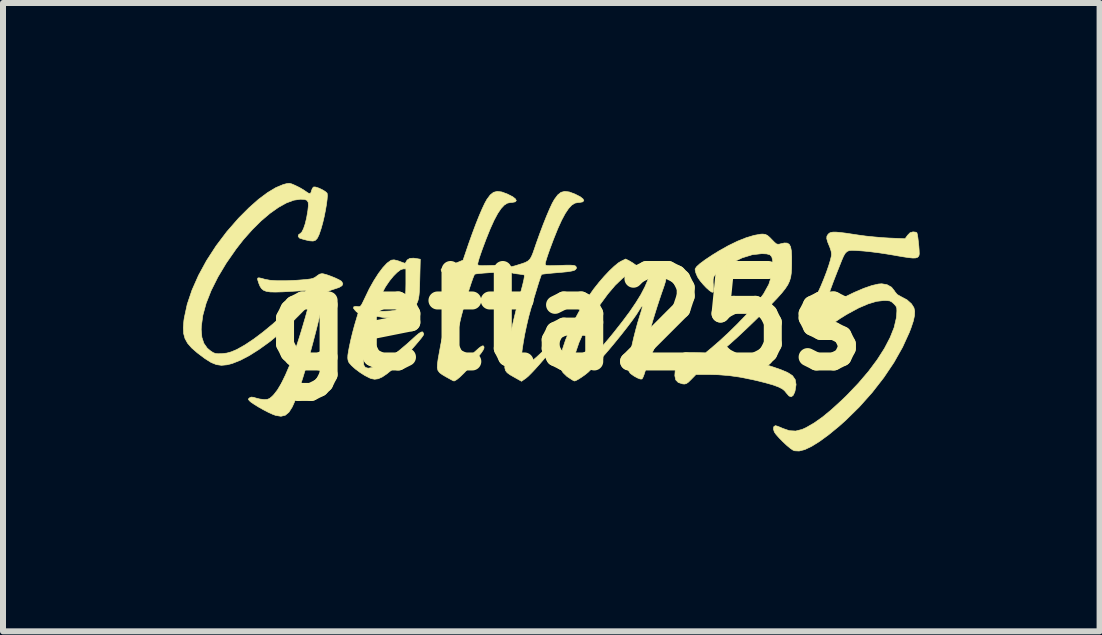
<source format=kicad_pcb>
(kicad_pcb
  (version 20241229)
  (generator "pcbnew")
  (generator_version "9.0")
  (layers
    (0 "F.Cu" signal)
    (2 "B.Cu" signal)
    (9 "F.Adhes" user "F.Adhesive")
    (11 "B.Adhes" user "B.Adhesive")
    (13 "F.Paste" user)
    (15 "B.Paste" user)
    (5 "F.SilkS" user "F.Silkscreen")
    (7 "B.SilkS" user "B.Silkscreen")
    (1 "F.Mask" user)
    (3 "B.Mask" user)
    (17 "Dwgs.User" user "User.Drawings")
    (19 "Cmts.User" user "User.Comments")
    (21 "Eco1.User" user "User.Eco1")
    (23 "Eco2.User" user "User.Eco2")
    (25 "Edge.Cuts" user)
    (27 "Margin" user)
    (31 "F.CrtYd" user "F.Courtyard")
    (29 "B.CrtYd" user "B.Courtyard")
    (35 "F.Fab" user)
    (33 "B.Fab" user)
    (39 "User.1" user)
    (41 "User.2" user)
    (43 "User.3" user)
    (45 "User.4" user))
  (footprint "getta25s"
    (layer "F.Cu")
    (at 6.381 2.284)
    (property "Reference" "getta25s" (at 0 0 0) (layer "F.SilkS") (effects (font (size 1.524 1.524) (thickness 0.3))))
    (attr through_hole)
    (fp_poly (pts (xy -2.49 -1.025) (xy -2.427 -1.014) (xy -2.435 -0.693) (xy -2.438 -0.572) (xy -2.442 -0.482) (xy -2.448 -0.415) (xy -2.456 -0.364) (xy -2.466 -0.324) (xy -2.48 -0.288) (xy -2.481 -0.286) (xy -2.546 -0.18) (xy -2.634 -0.102) (xy -2.743 -0.053) (xy -2.875 -0.033) (xy -3.027 -0.041) (xy -3.063 -0.047) (xy -3.139 -0.06) (xy -3.187 -0.065) (xy -3.216 -0.063) (xy -3.233 -0.054) (xy -3.242 -0.044) (xy -3.264 0.003) (xy -3.288 0.078) (xy -3.311 0.174) (xy -3.332 0.283) (xy -3.35 0.397) (xy -3.364 0.509) (xy -3.372 0.61) (xy -3.374 0.694) (xy -3.368 0.751) (xy -3.343 0.789) (xy -3.295 0.802) (xy -3.227 0.79) (xy -3.141 0.754) (xy -3.038 0.697) (xy -2.921 0.618) (xy -2.791 0.518) (xy -2.651 0.4) (xy -2.57 0.327) (xy -2.5 0.263) (xy -2.45 0.222) (xy -2.416 0.201) (xy -2.395 0.196) (xy -2.385 0.2) (xy -2.369 0.231) (xy -2.376 0.251) (xy -2.402 0.289) (xy -2.448 0.346) (xy -2.509 0.418) (xy -2.58 0.498) (xy -2.655 0.581) (xy -2.73 0.662) (xy -2.799 0.733) (xy -2.857 0.79) (xy -2.886 0.816) (xy -2.983 0.895) (xy -3.061 0.948) (xy -3.128 0.978) (xy -3.188 0.986) (xy -3.246 0.975) (xy -3.275 0.963) (xy -3.353 0.923) (xy -3.434 0.871) (xy -3.509 0.815) (xy -3.571 0.76) (xy -3.612 0.713) (xy -3.622 0.696) (xy -3.632 0.665) (xy -3.636 0.631) (xy -3.634 0.585) (xy -3.624 0.52) (xy -3.61 0.446) (xy -3.587 0.338) (xy -3.558 0.218) (xy -3.528 0.105) (xy -3.518 0.07) (xy -3.463 -0.115) (xy -3.501 -0.15) (xy -3.193 -0.15) (xy -3.176 -0.147) (xy -3.131 -0.146) (xy -3.065 -0.147) (xy -3.013 -0.148) (xy -2.924 -0.152) (xy -2.862 -0.16) (xy -2.819 -0.171) (xy -2.787 -0.188) (xy -2.782 -0.192) (xy -2.739 -0.228) (xy -2.708 -0.27) (xy -2.687 -0.323) (xy -2.675 -0.395) (xy -2.669 -0.49) (xy -2.667 -0.603) (xy -2.667 -0.853) (xy -2.714 -0.853) (xy -2.757 -0.838) (xy -2.812 -0.796) (xy -2.874 -0.734) (xy -2.938 -0.656) (xy -2.999 -0.567) (xy -3.011 -0.548) (xy -3.041 -0.492) (xy -3.077 -0.423) (xy -3.113 -0.347) (xy -3.146 -0.273) (xy -3.173 -0.21) (xy -3.19 -0.165) (xy -3.193 -0.15) (xy -3.501 -0.15) (xy -3.511 -0.16) (xy -3.54 -0.197) (xy -3.536 -0.221) (xy -3.501 -0.229) (xy -3.466 -0.225) (xy -3.444 -0.223) (xy -3.425 -0.232) (xy -3.405 -0.257) (xy -3.381 -0.304) (xy -3.347 -0.375) (xy -3.276 -0.523) (xy -3.2 -0.658) (xy -3.124 -0.777) (xy -3.05 -0.875) (xy -2.981 -0.949) (xy -2.92 -0.993) (xy -2.907 -0.999) (xy -2.864 -1.004) (xy -2.802 -0.989) (xy -2.773 -0.979) (xy -2.722 -0.959) (xy -2.687 -0.948) (xy -2.678 -0.947) (xy -2.646 -1.001) (xy -2.602 -1.028) (xy -2.539 -1.032) (xy -2.49 -1.025)) (stroke (width 0.01) (type solid)) (fill yes) (layer "F.SilkS"))
    (fp_poly (pts (xy 3.322 -1.428) (xy 3.359 -1.41) (xy 3.402 -1.372) (xy 3.43 -1.343) (xy 3.476 -1.296) (xy 3.507 -1.27) (xy 3.534 -1.263) (xy 3.565 -1.267) (xy 3.576 -1.271) (xy 3.64 -1.285) (xy 3.687 -1.283) (xy 3.721 -1.263) (xy 3.744 -1.22) (xy 3.757 -1.151) (xy 3.762 -1.053) (xy 3.762 -0.947) (xy 3.76 -0.857) (xy 3.755 -0.781) (xy 3.745 -0.713) (xy 3.726 -0.65) (xy 3.697 -0.588) (xy 3.654 -0.523) (xy 3.596 -0.45) (xy 3.521 -0.366) (xy 3.425 -0.266) (xy 3.306 -0.147) (xy 3.259 -0.1) (xy 3.152 0.006) (xy 3.043 0.111) (xy 2.938 0.21) (xy 2.843 0.299) (xy 2.762 0.371) (xy 2.702 0.424) (xy 2.7 0.425) (xy 2.634 0.481) (xy 2.58 0.528) (xy 2.544 0.563) (xy 2.531 0.581) (xy 2.531 0.581) (xy 2.552 0.588) (xy 2.599 0.596) (xy 2.664 0.604) (xy 2.678 0.605) (xy 2.805 0.621) (xy 2.955 0.649) (xy 3.117 0.687) (xy 3.283 0.73) (xy 3.441 0.778) (xy 3.583 0.827) (xy 3.696 0.875) (xy 3.775 0.926) (xy 3.821 0.992) (xy 3.835 1.075) (xy 3.819 1.176) (xy 3.812 1.202) (xy 3.785 1.257) (xy 3.753 1.278) (xy 3.718 1.265) (xy 3.709 1.256) (xy 3.678 1.22) (xy 3.642 1.176) (xy 3.642 1.176) (xy 3.603 1.145) (xy 3.539 1.113) (xy 3.446 1.079) (xy 3.322 1.044) (xy 3.164 1.005) (xy 3.102 0.991) (xy 2.902 0.951) (xy 2.72 0.925) (xy 2.541 0.911) (xy 2.376 0.907) (xy 2.167 0.907) (xy 2.086 0.99) (xy 2.039 1.036) (xy 2.005 1.059) (xy 1.973 1.066) (xy 1.944 1.063) (xy 1.872 1.04) (xy 1.83 0.997) (xy 1.815 0.929) (xy 1.815 0.918) (xy 1.822 0.825) (xy 1.842 0.732) (xy 1.87 0.651) (xy 1.904 0.592) (xy 1.912 0.584) (xy 1.935 0.563) (xy 1.959 0.549) (xy 1.992 0.542) (xy 2.042 0.54) (xy 2.118 0.541) (xy 2.143 0.541) (xy 2.327 0.546) (xy 2.42 0.469) (xy 2.563 0.345) (xy 2.708 0.211) (xy 2.851 0.071) (xy 2.986 -0.069) (xy 3.108 -0.204) (xy 3.212 -0.328) (xy 3.293 -0.436) (xy 3.296 -0.441) (xy 3.381 -0.595) (xy 3.431 -0.753) (xy 3.447 -0.913) (xy 3.444 -0.999) (xy 3.43 -1.055) (xy 3.399 -1.088) (xy 3.346 -1.103) (xy 3.265 -1.107) (xy 3.263 -1.107) (xy 3.104 -1.089) (xy 2.936 -1.037) (xy 2.759 -0.951) (xy 2.631 -0.87) (xy 2.551 -0.814) (xy 2.498 -0.769) (xy 2.467 -0.728) (xy 2.454 -0.683) (xy 2.453 -0.627) (xy 2.456 -0.592) (xy 2.46 -0.52) (xy 2.456 -0.475) (xy 2.45 -0.463) (xy 2.426 -0.468) (xy 2.387 -0.496) (xy 2.339 -0.539) (xy 2.288 -0.593) (xy 2.24 -0.65) (xy 2.202 -0.704) (xy 2.189 -0.728) (xy 2.165 -0.786) (xy 2.153 -0.836) (xy 2.154 -0.854) (xy 2.178 -0.89) (xy 2.234 -0.941) (xy 2.322 -1.006) (xy 2.441 -1.085) (xy 2.551 -1.153) (xy 2.706 -1.24) (xy 2.86 -1.315) (xy 3.005 -1.373) (xy 3.136 -1.412) (xy 3.248 -1.432) (xy 3.282 -1.433) (xy 3.322 -1.428)) (stroke (width 0.01) (type solid)) (fill yes) (layer "F.SilkS"))
    (fp_poly (pts (xy 1.065 -0.982) (xy 1.116 -0.951) (xy 1.177 -0.907) (xy 1.238 -0.859) (xy 1.29 -0.813) (xy 1.325 -0.777) (xy 1.33 -0.769) (xy 1.332 -0.744) (xy 1.308 -0.732) (xy 1.264 -0.737) (xy 1.245 -0.743) (xy 1.196 -0.755) (xy 1.132 -0.761) (xy 1.107 -0.762) (xy 1.049 -0.758) (xy 1.005 -0.743) (xy 0.957 -0.708) (xy 0.94 -0.694) (xy 0.82 -0.579) (xy 0.697 -0.434) (xy 0.568 -0.258) (xy 0.522 -0.191) (xy 0.398 0.008) (xy 0.296 0.198) (xy 0.217 0.376) (xy 0.162 0.537) (xy 0.133 0.679) (xy 0.132 0.694) (xy 0.127 0.753) (xy 0.129 0.784) (xy 0.141 0.796) (xy 0.166 0.798) (xy 0.171 0.798) (xy 0.223 0.79) (xy 0.271 0.772) (xy 0.311 0.743) (xy 0.37 0.689) (xy 0.443 0.615) (xy 0.528 0.523) (xy 0.621 0.419) (xy 0.717 0.306) (xy 0.796 0.209) (xy 0.943 0.022) (xy 1.066 -0.143) (xy 1.167 -0.292) (xy 1.25 -0.427) (xy 1.316 -0.554) (xy 1.368 -0.675) (xy 1.38 -0.709) (xy 1.412 -0.792) (xy 1.438 -0.843) (xy 1.466 -0.866) (xy 1.499 -0.864) (xy 1.543 -0.839) (xy 1.571 -0.819) (xy 1.616 -0.786) (xy 1.647 -0.759) (xy 1.665 -0.731) (xy 1.669 -0.696) (xy 1.66 -0.647) (xy 1.639 -0.578) (xy 1.606 -0.483) (xy 1.595 -0.452) (xy 1.558 -0.342) (xy 1.519 -0.223) (xy 1.481 -0.101) (xy 1.445 0.017) (xy 1.414 0.127) (xy 1.388 0.222) (xy 1.37 0.296) (xy 1.361 0.343) (xy 1.361 0.351) (xy 1.365 0.365) (xy 1.382 0.359) (xy 1.415 0.333) (xy 1.468 0.283) (xy 1.478 0.272) (xy 1.545 0.211) (xy 1.59 0.178) (xy 1.615 0.173) (xy 1.618 0.195) (xy 1.598 0.244) (xy 1.566 0.3) (xy 1.489 0.437) (xy 1.419 0.584) (xy 1.361 0.726) (xy 1.326 0.833) (xy 1.305 0.9) (xy 1.285 0.952) (xy 1.269 0.98) (xy 1.266 0.982) (xy 1.237 0.982) (xy 1.191 0.964) (xy 1.136 0.934) (xy 1.084 0.897) (xy 1.07 0.885) (xy 1.043 0.842) (xy 1.034 0.8) (xy 1.039 0.739) (xy 1.053 0.652) (xy 1.074 0.543) (xy 1.1 0.421) (xy 1.13 0.291) (xy 1.163 0.162) (xy 1.196 0.041) (xy 1.229 -0.067) (xy 1.241 -0.104) (xy 1.264 -0.178) (xy 1.273 -0.221) (xy 1.268 -0.232) (xy 1.249 -0.211) (xy 1.222 -0.168) (xy 1.175 -0.093) (xy 1.107 0.003) (xy 1.023 0.115) (xy 0.928 0.236) (xy 0.826 0.362) (xy 0.722 0.487) (xy 0.62 0.605) (xy 0.525 0.712) (xy 0.441 0.8) (xy 0.373 0.866) (xy 0.368 0.871) (xy 0.318 0.911) (xy 0.26 0.952) (xy 0.205 0.987) (xy 0.162 1.01) (xy 0.141 1.015) (xy 0.123 1.007) (xy 0.1 0.994) (xy 0.016 0.938) (xy -0.048 0.876) (xy -0.086 0.816) (xy -0.089 0.805) (xy -0.098 0.719) (xy -0.086 0.608) (xy -0.055 0.478) (xy -0.007 0.333) (xy 0.058 0.176) (xy 0.135 0.012) (xy 0.225 -0.154) (xy 0.326 -0.319) (xy 0.435 -0.478) (xy 0.465 -0.52) (xy 0.549 -0.626) (xy 0.637 -0.728) (xy 0.724 -0.82) (xy 0.804 -0.896) (xy 0.873 -0.953) (xy 0.916 -0.979) (xy 0.995 -1.018) (xy 1.065 -0.982)) (stroke (width 0.01) (type solid)) (fill yes) (layer "F.SilkS"))
    (fp_poly (pts (xy 5.828 -1.465) (xy 5.848 -1.456) (xy 5.856 -1.428) (xy 5.865 -1.374) (xy 5.873 -1.305) (xy 5.881 -1.231) (xy 5.886 -1.162) (xy 5.888 -1.108) (xy 5.885 -1.081) (xy 5.873 -1.058) (xy 5.854 -1.043) (xy 5.824 -1.035) (xy 5.778 -1.034) (xy 5.71 -1.041) (xy 5.618 -1.055) (xy 5.495 -1.076) (xy 5.469 -1.081) (xy 5.342 -1.102) (xy 5.21 -1.122) (xy 5.082 -1.138) (xy 4.97 -1.15) (xy 4.905 -1.155) (xy 4.826 -1.16) (xy 4.766 -1.162) (xy 4.72 -1.158) (xy 4.685 -1.143) (xy 4.655 -1.114) (xy 4.627 -1.067) (xy 4.597 -0.998) (xy 4.559 -0.902) (xy 4.521 -0.807) (xy 4.457 -0.643) (xy 4.408 -0.51) (xy 4.372 -0.407) (xy 4.351 -0.332) (xy 4.341 -0.283) (xy 4.343 -0.262) (xy 4.354 -0.256) (xy 4.379 -0.26) (xy 4.424 -0.277) (xy 4.491 -0.308) (xy 4.585 -0.354) (xy 4.618 -0.371) (xy 4.802 -0.46) (xy 4.963 -0.529) (xy 5.099 -0.576) (xy 5.208 -0.601) (xy 5.263 -0.605) (xy 5.351 -0.59) (xy 5.426 -0.548) (xy 5.477 -0.483) (xy 5.481 -0.475) (xy 5.521 -0.426) (xy 5.583 -0.391) (xy 5.683 -0.338) (xy 5.758 -0.271) (xy 5.799 -0.206) (xy 5.812 -0.149) (xy 5.809 -0.076) (xy 5.789 0.016) (xy 5.75 0.133) (xy 5.722 0.206) (xy 5.609 0.453) (xy 5.466 0.706) (xy 5.296 0.959) (xy 5.102 1.208) (xy 4.889 1.447) (xy 4.661 1.671) (xy 4.551 1.769) (xy 4.379 1.91) (xy 4.226 2.022) (xy 4.094 2.104) (xy 3.981 2.158) (xy 3.886 2.182) (xy 3.81 2.178) (xy 3.783 2.167) (xy 3.739 2.137) (xy 3.68 2.088) (xy 3.616 2.028) (xy 3.555 1.966) (xy 3.504 1.909) (xy 3.474 1.867) (xy 3.473 1.865) (xy 3.458 1.817) (xy 3.463 1.778) (xy 3.488 1.76) (xy 3.493 1.76) (xy 3.521 1.767) (xy 3.57 1.786) (xy 3.613 1.805) (xy 3.723 1.843) (xy 3.829 1.849) (xy 3.936 1.822) (xy 4.004 1.791) (xy 4.137 1.714) (xy 4.277 1.615) (xy 4.427 1.491) (xy 4.591 1.341) (xy 4.683 1.252) (xy 4.873 1.053) (xy 5.042 0.855) (xy 5.187 0.661) (xy 5.308 0.472) (xy 5.402 0.292) (xy 5.469 0.124) (xy 5.505 -0.031) (xy 5.511 -0.085) (xy 5.515 -0.154) (xy 5.513 -0.198) (xy 5.502 -0.228) (xy 5.48 -0.255) (xy 5.465 -0.271) (xy 5.43 -0.302) (xy 5.397 -0.319) (xy 5.351 -0.325) (xy 5.295 -0.326) (xy 5.175 -0.312) (xy 5.036 -0.27) (xy 4.879 -0.203) (xy 4.707 -0.11) (xy 4.67 -0.089) (xy 4.573 -0.029) (xy 4.5 0.021) (xy 4.444 0.066) (xy 4.398 0.113) (xy 4.356 0.163) (xy 4.321 0.209) (xy 4.275 0.166) (xy 4.237 0.12) (xy 4.195 0.054) (xy 4.155 -0.022) (xy 4.122 -0.096) (xy 4.101 -0.158) (xy 4.097 -0.188) (xy 4.105 -0.226) (xy 4.126 -0.288) (xy 4.157 -0.365) (xy 4.196 -0.45) (xy 4.199 -0.457) (xy 4.249 -0.567) (xy 4.297 -0.683) (xy 4.341 -0.797) (xy 4.378 -0.904) (xy 4.406 -0.996) (xy 4.423 -1.066) (xy 4.426 -1.1) (xy 4.419 -1.15) (xy 4.399 -1.21) (xy 4.393 -1.225) (xy 4.361 -1.303) (xy 4.346 -1.358) (xy 4.349 -1.398) (xy 4.369 -1.43) (xy 4.374 -1.435) (xy 4.393 -1.451) (xy 4.418 -1.461) (xy 4.452 -1.466) (xy 4.501 -1.466) (xy 4.569 -1.46) (xy 4.661 -1.449) (xy 4.78 -1.431) (xy 4.88 -1.416) (xy 4.998 -1.4) (xy 5.135 -1.386) (xy 5.273 -1.374) (xy 5.388 -1.367) (xy 5.652 -1.356) (xy 5.693 -1.413) (xy 5.735 -1.456) (xy 5.783 -1.47) (xy 5.787 -1.47) (xy 5.828 -1.465)) (stroke (width 0.01) (type solid)) (fill yes) (layer "F.SilkS"))
    (fp_poly (pts (xy -4.572 -2.27) (xy -4.518 -2.247) (xy -4.505 -2.241) (xy -4.438 -2.208) (xy -4.375 -2.171) (xy -4.343 -2.149) (xy -4.294 -2.116) (xy -4.264 -2.108) (xy -4.248 -2.127) (xy -4.24 -2.157) (xy -4.224 -2.198) (xy -4.203 -2.219) (xy -4.17 -2.217) (xy -4.119 -2.2) (xy -4.063 -2.174) (xy -4.014 -2.145) (xy -3.983 -2.118) (xy -3.979 -2.112) (xy -3.975 -2.074) (xy -3.98 -2.01) (xy -3.991 -1.925) (xy -4.008 -1.827) (xy -4.028 -1.725) (xy -4.052 -1.624) (xy -4.077 -1.534) (xy -4.082 -1.518) (xy -4.113 -1.426) (xy -4.142 -1.365) (xy -4.174 -1.33) (xy -4.214 -1.317) (xy -4.269 -1.321) (xy -4.322 -1.332) (xy -4.38 -1.347) (xy -4.425 -1.361) (xy -4.442 -1.368) (xy -4.462 -1.396) (xy -4.453 -1.426) (xy -4.427 -1.442) (xy -4.401 -1.467) (xy -4.373 -1.523) (xy -4.346 -1.602) (xy -4.322 -1.7) (xy -4.303 -1.81) (xy -4.301 -1.822) (xy -4.292 -1.907) (xy -4.295 -1.962) (xy -4.315 -1.995) (xy -4.354 -2.01) (xy -4.418 -2.014) (xy -4.423 -2.014) (xy -4.535 -1.998) (xy -4.659 -1.952) (xy -4.793 -1.877) (xy -4.934 -1.777) (xy -5.08 -1.653) (xy -5.227 -1.507) (xy -5.373 -1.343) (xy -5.496 -1.186) (xy -5.661 -0.949) (xy -5.8 -0.717) (xy -5.912 -0.493) (xy -5.996 -0.28) (xy -6.051 -0.079) (xy -6.076 0.106) (xy -6.078 0.16) (xy -6.067 0.286) (xy -6.034 0.387) (xy -5.977 0.468) (xy -5.926 0.511) (xy -5.881 0.541) (xy -5.843 0.556) (xy -5.796 0.561) (xy -5.731 0.559) (xy -5.652 0.55) (xy -5.579 0.53) (xy -5.495 0.495) (xy -5.473 0.484) (xy -5.346 0.412) (xy -5.202 0.316) (xy -5.048 0.2) (xy -4.889 0.069) (xy -4.732 -0.072) (xy -4.581 -0.219) (xy -4.442 -0.366) (xy -4.439 -0.369) (xy -4.329 -0.494) (xy -4.582 -0.478) (xy -4.727 -0.47) (xy -4.841 -0.467) (xy -4.928 -0.469) (xy -4.993 -0.479) (xy -5.039 -0.497) (xy -5.073 -0.525) (xy -5.098 -0.564) (xy -5.119 -0.615) (xy -5.123 -0.628) (xy -5.138 -0.674) (xy -5.137 -0.699) (xy -5.118 -0.705) (xy -5.073 -0.696) (xy -5.018 -0.68) (xy -4.933 -0.664) (xy -4.814 -0.656) (xy -4.663 -0.656) (xy -4.482 -0.664) (xy -4.405 -0.67) (xy -4.316 -0.678) (xy -4.254 -0.686) (xy -4.212 -0.697) (xy -4.18 -0.713) (xy -4.153 -0.733) (xy -4.107 -0.765) (xy -4.066 -0.774) (xy -4.039 -0.77) (xy -3.981 -0.754) (xy -3.912 -0.729) (xy -3.843 -0.701) (xy -3.784 -0.673) (xy -3.745 -0.65) (xy -3.737 -0.643) (xy -3.718 -0.605) (xy -3.732 -0.573) (xy -3.78 -0.544) (xy -3.846 -0.522) (xy -3.914 -0.5) (xy -3.968 -0.474) (xy -3.995 -0.454) (xy -4.011 -0.421) (xy -4.032 -0.361) (xy -4.053 -0.287) (xy -4.064 -0.24) (xy -4.111 -0.038) (xy -4.162 0.168) (xy -4.216 0.375) (xy -4.271 0.578) (xy -4.327 0.772) (xy -4.382 0.953) (xy -4.434 1.116) (xy -4.483 1.256) (xy -4.526 1.37) (xy -4.562 1.45) (xy -4.616 1.535) (xy -4.677 1.586) (xy -4.749 1.603) (xy -4.836 1.589) (xy -4.885 1.571) (xy -4.956 1.539) (xy -5.037 1.497) (xy -5.119 1.451) (xy -5.192 1.406) (xy -5.248 1.368) (xy -5.271 1.348) (xy -5.292 1.323) (xy -5.285 1.306) (xy -5.271 1.295) (xy -5.243 1.283) (xy -5.205 1.287) (xy -5.167 1.299) (xy -5.099 1.316) (xy -5.029 1.324) (xy -5.02 1.324) (xy -4.975 1.321) (xy -4.937 1.305) (xy -4.896 1.271) (xy -4.868 1.242) (xy -4.808 1.165) (xy -4.742 1.055) (xy -4.674 0.915) (xy -4.603 0.75) (xy -4.533 0.562) (xy -4.518 0.517) (xy -4.483 0.413) (xy -4.447 0.301) (xy -4.411 0.186) (xy -4.378 0.075) (xy -4.348 -0.027) (xy -4.324 -0.112) (xy -4.307 -0.177) (xy -4.3 -0.214) (xy -4.3 -0.218) (xy -4.311 -0.213) (xy -4.343 -0.187) (xy -4.389 -0.142) (xy -4.446 -0.084) (xy -4.448 -0.082) (xy -4.61 0.08) (xy -4.778 0.232) (xy -4.948 0.369) (xy -5.115 0.489) (xy -5.276 0.591) (xy -5.427 0.67) (xy -5.563 0.724) (xy -5.646 0.745) (xy -5.74 0.754) (xy -5.825 0.742) (xy -5.912 0.707) (xy -6.009 0.646) (xy -6.021 0.638) (xy -6.144 0.545) (xy -6.238 0.463) (xy -6.305 0.386) (xy -6.348 0.308) (xy -6.371 0.224) (xy -6.376 0.127) (xy -6.367 0.011) (xy -6.36 -0.037) (xy -6.311 -0.264) (xy -6.231 -0.501) (xy -6.123 -0.745) (xy -5.989 -0.991) (xy -5.831 -1.235) (xy -5.652 -1.472) (xy -5.455 -1.698) (xy -5.446 -1.707) (xy -5.28 -1.873) (xy -5.122 -2.013) (xy -4.973 -2.124) (xy -4.835 -2.207) (xy -4.711 -2.259) (xy -4.703 -2.261) (xy -4.65 -2.275) (xy -4.611 -2.279) (xy -4.572 -2.27)) (stroke (width 0.01) (type solid)) (fill yes) (layer "F.SilkS"))
    (fp_poly (pts (xy 0.057 -2.135) (xy 0.153 -2.099) (xy 0.162 -2.094) (xy 0.239 -2.055) (xy 0.284 -2.019) (xy 0.298 -1.991) (xy 0.279 -1.97) (xy 0.226 -1.96) (xy 0.202 -1.959) (xy 0.15 -1.949) (xy 0.097 -1.916) (xy 0.044 -1.859) (xy -0.012 -1.776) (xy -0.072 -1.664) (xy -0.136 -1.523) (xy -0.206 -1.349) (xy -0.266 -1.189) (xy -0.296 -1.104) (xy -0.321 -1.029) (xy -0.338 -0.971) (xy -0.345 -0.939) (xy -0.345 -0.937) (xy -0.343 -0.923) (xy -0.334 -0.914) (xy -0.311 -0.908) (xy -0.27 -0.907) (xy -0.204 -0.908) (xy -0.108 -0.911) (xy -0.1 -0.911) (xy 0.003 -0.915) (xy 0.076 -0.915) (xy 0.123 -0.912) (xy 0.152 -0.905) (xy 0.166 -0.895) (xy 0.177 -0.868) (xy 0.159 -0.841) (xy 0.135 -0.827) (xy 0.089 -0.816) (xy 0.018 -0.805) (xy -0.084 -0.795) (xy -0.134 -0.791) (xy -0.227 -0.783) (xy -0.308 -0.775) (xy -0.368 -0.768) (xy -0.401 -0.763) (xy -0.406 -0.761) (xy -0.415 -0.74) (xy -0.432 -0.691) (xy -0.456 -0.618) (xy -0.483 -0.53) (xy -0.513 -0.431) (xy -0.544 -0.329) (xy -0.573 -0.229) (xy -0.599 -0.137) (xy -0.62 -0.06) (xy -0.624 -0.044) (xy -0.656 0.093) (xy -0.686 0.234) (xy -0.71 0.369) (xy -0.729 0.492) (xy -0.741 0.594) (xy -0.744 0.656) (xy -0.743 0.716) (xy -0.737 0.747) (xy -0.723 0.76) (xy -0.702 0.762) (xy -0.67 0.754) (xy -0.625 0.728) (xy -0.565 0.682) (xy -0.487 0.615) (xy -0.387 0.522) (xy -0.384 0.52) (xy -0.324 0.465) (xy -0.282 0.436) (xy -0.257 0.428) (xy -0.25 0.432) (xy -0.239 0.461) (xy -0.249 0.494) (xy -0.274 0.533) (xy -0.319 0.592) (xy -0.377 0.663) (xy -0.443 0.739) (xy -0.511 0.815) (xy -0.575 0.883) (xy -0.628 0.936) (xy -0.666 0.968) (xy -0.74 1.02) (xy -0.861 0.952) (xy -0.931 0.912) (xy -0.979 0.877) (xy -1.007 0.841) (xy -1.019 0.795) (xy -1.017 0.732) (xy -1.004 0.645) (xy -0.996 0.599) (xy -0.962 0.412) (xy -0.918 0.202) (xy -0.867 -0.02) (xy -0.812 -0.244) (xy -0.755 -0.459) (xy -0.755 -0.46) (xy -0.722 -0.584) (xy -0.701 -0.674) (xy -0.692 -0.731) (xy -0.696 -0.753) (xy -0.696 -0.753) (xy -0.724 -0.758) (xy -0.776 -0.766) (xy -0.82 -0.771) (xy -0.88 -0.781) (xy -0.926 -0.796) (xy -0.943 -0.807) (xy -0.974 -0.823) (xy -1.016 -0.817) (xy -1.054 -0.81) (xy -1.119 -0.802) (xy -1.202 -0.794) (xy -1.285 -0.789) (xy -1.371 -0.783) (xy -1.444 -0.776) (xy -1.497 -0.77) (xy -1.52 -0.764) (xy -1.532 -0.743) (xy -1.552 -0.693) (xy -1.578 -0.619) (xy -1.608 -0.527) (xy -1.641 -0.423) (xy -1.674 -0.314) (xy -1.706 -0.203) (xy -1.735 -0.098) (xy -1.749 -0.044) (xy -1.781 0.093) (xy -1.811 0.234) (xy -1.835 0.369) (xy -1.854 0.492) (xy -1.866 0.594) (xy -1.869 0.656) (xy -1.868 0.716) (xy -1.862 0.747) (xy -1.848 0.76) (xy -1.827 0.762) (xy -1.795 0.754) (xy -1.75 0.728) (xy -1.69 0.682) (xy -1.612 0.615) (xy -1.512 0.522) (xy -1.509 0.52) (xy -1.448 0.465) (xy -1.407 0.436) (xy -1.382 0.428) (xy -1.375 0.432) (xy -1.365 0.448) (xy -1.366 0.469) (xy -1.38 0.5) (xy -1.41 0.545) (xy -1.459 0.607) (xy -1.528 0.692) (xy -1.549 0.717) (xy -1.627 0.807) (xy -1.701 0.885) (xy -1.767 0.949) (xy -1.821 0.993) (xy -1.859 1.014) (xy -1.867 1.015) (xy -1.887 1.007) (xy -1.93 0.984) (xy -1.986 0.953) (xy -1.992 0.95) (xy -2.06 0.91) (xy -2.106 0.876) (xy -2.133 0.839) (xy -2.144 0.793) (xy -2.141 0.73) (xy -2.129 0.642) (xy -2.121 0.599) (xy -2.087 0.412) (xy -2.043 0.202) (xy -1.992 -0.02) (xy -1.937 -0.244) (xy -1.88 -0.459) (xy -1.88 -0.46) (xy -1.847 -0.584) (xy -1.826 -0.674) (xy -1.817 -0.731) (xy -1.82 -0.753) (xy -1.821 -0.753) (xy -1.849 -0.758) (xy -1.901 -0.766) (xy -1.945 -0.771) (xy -2.024 -0.787) (xy -2.07 -0.81) (xy -2.082 -0.838) (xy -2.058 -0.868) (xy -2 -0.896) (xy -1.964 -0.907) (xy -1.89 -0.93) (xy -1.814 -0.958) (xy -1.796 -0.965) (xy -1.714 -0.999) (xy -1.617 -1.284) (xy -1.56 -1.443) (xy -1.503 -1.595) (xy -1.448 -1.733) (xy -1.397 -1.852) (xy -1.353 -1.946) (xy -1.317 -2.011) (xy -1.262 -2.085) (xy -1.207 -2.129) (xy -1.144 -2.145) (xy -1.068 -2.135) (xy -0.972 -2.099) (xy -0.963 -2.094) (xy -0.886 -2.055) (xy -0.841 -2.019) (xy -0.827 -1.991) (xy -0.846 -1.97) (xy -0.899 -1.96) (xy -0.923 -1.959) (xy -0.975 -1.949) (xy -1.028 -1.916) (xy -1.081 -1.859) (xy -1.137 -1.776) (xy -1.197 -1.664) (xy -1.261 -1.523) (xy -1.331 -1.349) (xy -1.391 -1.189) (xy -1.421 -1.104) (xy -1.446 -1.029) (xy -1.463 -0.971) (xy -1.47 -0.939) (xy -1.47 -0.937) (xy -1.468 -0.923) (xy -1.458 -0.914) (xy -1.436 -0.908) (xy -1.395 -0.907) (xy -1.329 -0.908) (xy -1.233 -0.911) (xy -1.225 -0.911) (xy -1.118 -0.914) (xy -1.042 -0.914) (xy -0.993 -0.91) (xy -0.967 -0.902) (xy -0.961 -0.898) (xy -0.944 -0.888) (xy -0.912 -0.889) (xy -0.857 -0.902) (xy -0.811 -0.916) (xy -0.734 -0.94) (xy -0.677 -0.96) (xy -0.635 -0.983) (xy -0.603 -1.012) (xy -0.576 -1.055) (xy -0.55 -1.117) (xy -0.52 -1.203) (xy -0.492 -1.285) (xy -0.435 -1.444) (xy -0.378 -1.595) (xy -0.323 -1.733) (xy -0.272 -1.852) (xy -0.228 -1.947) (xy -0.192 -2.011) (xy -0.137 -2.085) (xy -0.082 -2.129) (xy -0.02 -2.145) (xy 0.057 -2.135)) (stroke (width 0.01) (type solid)) (fill yes) (layer "F.SilkS")))
  (gr_rect
    (start -3 -3)
    (end 15.274 7.471)
    (stroke (width 0.1) (type default))
    (fill no)
    (layer "Edge.Cuts")))
</source>
